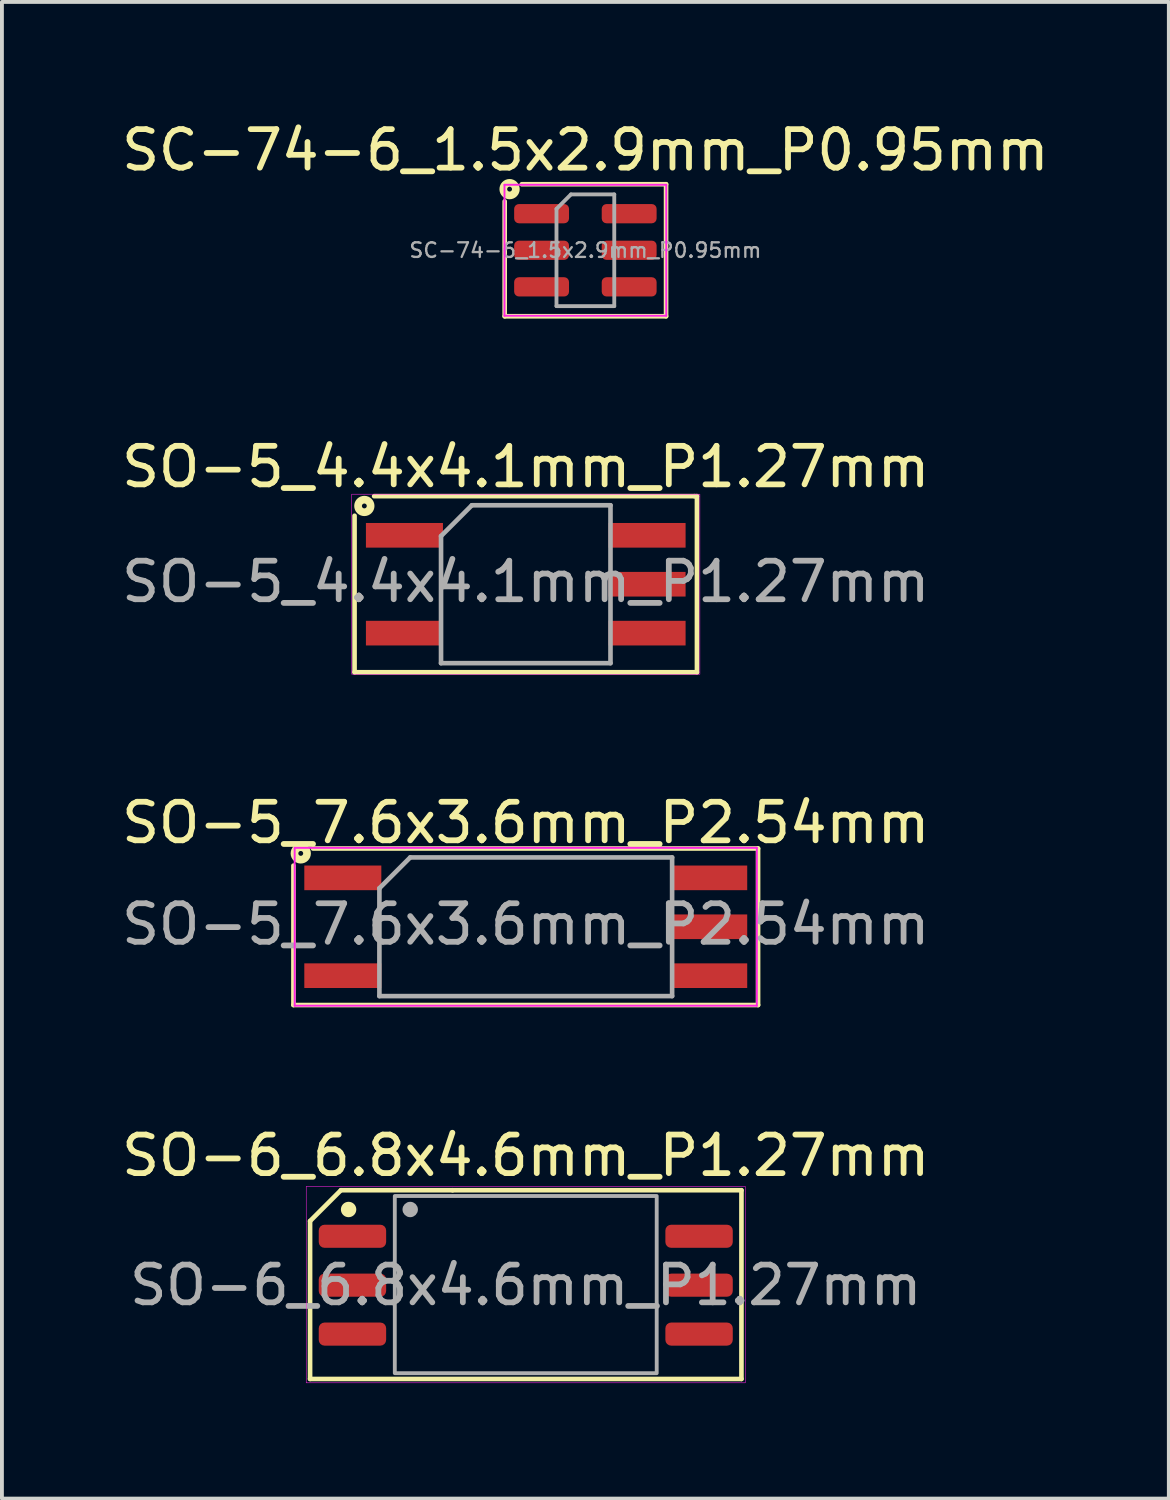
<source format=kicad_pcb>
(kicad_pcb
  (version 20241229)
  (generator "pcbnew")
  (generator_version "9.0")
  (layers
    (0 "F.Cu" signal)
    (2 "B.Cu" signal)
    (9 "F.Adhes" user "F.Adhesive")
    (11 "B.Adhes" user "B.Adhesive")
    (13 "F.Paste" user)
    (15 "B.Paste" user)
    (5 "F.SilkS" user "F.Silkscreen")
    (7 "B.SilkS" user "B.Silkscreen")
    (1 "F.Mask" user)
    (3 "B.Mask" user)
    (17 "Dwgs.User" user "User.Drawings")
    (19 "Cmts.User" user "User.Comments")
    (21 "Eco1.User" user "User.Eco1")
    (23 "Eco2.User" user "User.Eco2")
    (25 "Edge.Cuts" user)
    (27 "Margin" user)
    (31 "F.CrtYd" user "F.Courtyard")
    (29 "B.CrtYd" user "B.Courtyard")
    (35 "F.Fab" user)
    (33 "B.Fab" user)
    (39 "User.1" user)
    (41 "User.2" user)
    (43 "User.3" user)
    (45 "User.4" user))
  (footprint "SO-6_6.8x4.6mm_P1.27mm"
    (layer "F.Cu")
    (at 10.601 30.319)
    (property "Reference" "SO-6_6.8x4.6mm_P1.27mm" (at 0 -3.365 0) (layer "F.SilkS") (effects (font (size 1 1) (thickness 0.15))))
    (attr smd)
    (fp_line (start -5.6 -1.665) (end -4.8 -2.465) (stroke (width 0.12) (type solid)) (layer "F.SilkS"))
    (fp_line (start -5.6 2.435) (end -5.6 -1.665) (stroke (width 0.12) (type solid)) (layer "F.SilkS"))
    (fp_line (start -1.9 -2.465) (end -4.8 -2.465) (stroke (width 0.12) (type solid)) (layer "F.SilkS"))
    (fp_line (start -1.9 -2.465) (end 5.6 -2.465) (stroke (width 0.12) (type solid)) (layer "F.SilkS"))
    (fp_line (start 5.6 -2.465) (end 5.6 2.435) (stroke (width 0.12) (type solid)) (layer "F.SilkS"))
    (fp_line (start 5.6 2.435) (end -5.6 2.435) (stroke (width 0.12) (type solid)) (layer "F.SilkS"))
    (fp_circle (center -4.6 -1.965) (end -4.5 -1.965) (stroke (width 0.2) (type solid)) (fill yes) (layer "F.SilkS"))
    (fp_rect (start -5.7 -2.565) (end 5.7 2.535) (stroke (width 0.013) (type solid)) (fill no) (layer "F.CrtYd"))
    (fp_rect (start -3.4 -2.315) (end 3.4 2.285) (stroke (width 0.1) (type solid)) (fill no) (layer "F.Fab"))
    (fp_circle (center -3 -1.965) (end -2.9 -1.965) (stroke (width 0.2) (type solid)) (fill no) (layer "F.Fab"))
    (fp_text user "${REFERENCE}" (at 0 0 0) (layer "F.Fab") (effects (font (size 0.98 0.98) (thickness 0.15))))
    (pad "1" smd roundrect (at -4.5 -1.27) (size 1.75 0.6) (layers "F.Cu" "F.Mask" "F.Paste") (roundrect_rratio 0.25))
    (pad "2" smd roundrect (at -4.5 0) (size 1.75 0.6) (layers "F.Cu" "F.Mask" "F.Paste") (roundrect_rratio 0.25))
    (pad "3" smd roundrect (at -4.5 1.27) (size 1.75 0.6) (layers "F.Cu" "F.Mask" "F.Paste") (roundrect_rratio 0.25))
    (pad "4" smd roundrect (at 4.5 1.27) (size 1.75 0.6) (layers "F.Cu" "F.Mask" "F.Paste") (roundrect_rratio 0.25))
    (pad "5" smd roundrect (at 4.5 0) (size 1.75 0.6) (layers "F.Cu" "F.Mask" "F.Paste") (roundrect_rratio 0.25))
    (pad "6" smd roundrect (at 4.5 -1.27) (size 1.75 0.6) (layers "F.Cu" "F.Mask" "F.Paste") (roundrect_rratio 0.25)))
  (footprint "SO-5_4.4x4.1mm_P1.27mm"
    (layer "F.Cu")
    (at 10.601 12.119)
    (property "Reference" "SO-5_4.4x4.1mm_P1.27mm" (at 0 -3.048 0) (layer "F.SilkS") (effects (font (size 1 1) (thickness 0.15))))
    (attr smd)
    (fp_line (start -4.445 2.286) (end -4.445 -1.778) (stroke (width 0.12) (type solid)) (layer "F.SilkS"))
    (fp_line (start -3.937 -2.286) (end 4.381 -2.286) (stroke (width 0.12) (type solid)) (layer "F.SilkS"))
    (fp_line (start 4.381 -2.286) (end 4.445 -2.286) (stroke (width 0.12) (type solid)) (layer "F.SilkS"))
    (fp_line (start 4.445 -2.286) (end 4.445 2.286) (stroke (width 0.12) (type solid)) (layer "F.SilkS"))
    (fp_line (start 4.445 2.286) (end -4.445 2.286) (stroke (width 0.12) (type solid)) (layer "F.SilkS"))
    (fp_circle (center -4.191 -2.032) (end -4.128 -2.032) (stroke (width 0.2) (type solid)) (fill no) (layer "F.SilkS"))
    (fp_rect (start -4.521 -2.337) (end 4.521 2.337) (stroke (width 0.013) (type solid)) (fill no) (layer "F.CrtYd"))
    (fp_line (start -2.2 -1.25) (end -1.4 -2.05) (stroke (width 0.12) (type solid)) (layer "F.Fab"))
    (fp_line (start -2.2 2.05) (end -2.2 -1.25) (stroke (width 0.12) (type solid)) (layer "F.Fab"))
    (fp_line (start -1.4 -2.05) (end 2.2 -2.05) (stroke (width 0.12) (type solid)) (layer "F.Fab"))
    (fp_line (start 2.2 -2.05) (end 2.2 2.05) (stroke (width 0.12) (type solid)) (layer "F.Fab"))
    (fp_line (start 2.2 2.05) (end -2.2 2.05) (stroke (width 0.12) (type solid)) (layer "F.Fab"))
    (fp_text user "${REFERENCE}" (at 0 -0.065 0) (layer "F.Fab") (effects (font (size 1 1) (thickness 0.15))))
    (pad "1" smd rect (at -3.15 -1.27) (size 2 0.64) (layers "F.Cu" "F.Mask" "F.Paste"))
    (pad "3" smd rect (at -3.15 1.27) (size 2 0.64) (layers "F.Cu" "F.Mask" "F.Paste"))
    (pad "4" smd rect (at 3.15 1.27) (size 2 0.64) (layers "F.Cu" "F.Mask" "F.Paste"))
    (pad "5" smd rect (at 3.15 0) (size 2 0.64) (layers "F.Cu" "F.Mask" "F.Paste"))
    (pad "6" smd rect (at 3.15 -1.27) (size 2 0.64) (layers "F.Cu" "F.Mask" "F.Paste")))
  (footprint "SO-5_7.6x3.6mm_P2.54mm"
    (layer "F.Cu")
    (at 10.601 21.013)
    (property "Reference" "SO-5_7.6x3.6mm_P2.54mm" (at 0 -2.7 0) (layer "F.SilkS") (effects (font (size 1 1) (thickness 0.15))))
    (attr smd)
    (fp_line (start -6.032 -1.587) (end -6.032 2.032) (stroke (width 0.12) (type solid)) (layer "F.SilkS"))
    (fp_line (start -6.032 2.032) (end 6.032 2.032) (stroke (width 0.12) (type solid)) (layer "F.SilkS"))
    (fp_line (start 6.032 -2.032) (end -5.524 -2.032) (stroke (width 0.12) (type solid)) (layer "F.SilkS"))
    (fp_line (start 6.032 2.032) (end 6.032 -2.032) (stroke (width 0.12) (type solid)) (layer "F.SilkS"))
    (fp_circle (center -5.842 -1.905) (end -5.779 -1.905) (stroke (width 0.2) (type solid)) (fill no) (layer "F.SilkS"))
    (fp_line (start -6 -2.05) (end -6 2.05) (stroke (width 0.05) (type solid)) (layer "F.CrtYd"))
    (fp_line (start -6 -2.05) (end 6 -2.05) (stroke (width 0.05) (type solid)) (layer "F.CrtYd"))
    (fp_line (start 6 2.05) (end -6 2.05) (stroke (width 0.05) (type solid)) (layer "F.CrtYd"))
    (fp_line (start 6 2.05) (end 6 -2.05) (stroke (width 0.05) (type solid)) (layer "F.CrtYd"))
    (fp_line (start -3.8 -1) (end -3 -1.8) (stroke (width 0.12) (type solid)) (layer "F.Fab"))
    (fp_line (start -3.8 1.8) (end -3.8 -1) (stroke (width 0.12) (type solid)) (layer "F.Fab"))
    (fp_line (start -3 -1.8) (end 3.8 -1.8) (stroke (width 0.12) (type solid)) (layer "F.Fab"))
    (fp_line (start 3.8 -1.8) (end 3.8 1.8) (stroke (width 0.12) (type solid)) (layer "F.Fab"))
    (fp_line (start 3.8 1.8) (end -3.8 1.8) (stroke (width 0.12) (type solid)) (layer "F.Fab"))
    (fp_text user "${REFERENCE}" (at 0 -0.065 0) (layer "F.Fab") (effects (font (size 1 1) (thickness 0.15))))
    (pad "1" smd rect (at -4.75 -1.27) (size 2 0.64) (layers "F.Cu" "F.Mask" "F.Paste"))
    (pad "3" smd rect (at -4.75 1.27) (size 2 0.64) (layers "F.Cu" "F.Mask" "F.Paste"))
    (pad "4" smd rect (at 4.75 1.27) (size 2 0.64) (layers "F.Cu" "F.Mask" "F.Paste"))
    (pad "5" smd rect (at 4.75 0) (size 2 0.64) (layers "F.Cu" "F.Mask" "F.Paste"))
    (pad "6" smd rect (at 4.75 -1.27) (size 2 0.64) (layers "F.Cu" "F.Mask" "F.Paste")))
  (footprint "SC-74-6_1.5x2.9mm_P0.95mm"
    (layer "F.Cu")
    (at 12.149 3.448)
    (property "Reference" "SC-74-6_1.5x2.9mm_P0.95mm" (at 0 -2.6 0) (layer "F.SilkS") (effects (font (size 1 1) (thickness 0.15))))
    (attr smd)
    (fp_line (start -2.095 -1.27) (end -2.095 1.714) (stroke (width 0.12) (type solid)) (layer "F.SilkS"))
    (fp_line (start -2.095 1.714) (end 2.095 1.714) (stroke (width 0.12) (type solid)) (layer "F.SilkS"))
    (fp_line (start 2.095 -1.714) (end -1.651 -1.714) (stroke (width 0.12) (type solid)) (layer "F.SilkS"))
    (fp_line (start 2.095 1.714) (end 2.095 -1.714) (stroke (width 0.12) (type solid)) (layer "F.SilkS"))
    (fp_circle (center -1.968 -1.587) (end -1.905 -1.587) (stroke (width 0.2) (type solid)) (fill no) (layer "F.SilkS"))
    (fp_line (start -2.1 -1.7) (end -2.1 1.7) (stroke (width 0.05) (type solid)) (layer "F.CrtYd"))
    (fp_line (start -2.1 1.7) (end 2.1 1.7) (stroke (width 0.05) (type solid)) (layer "F.CrtYd"))
    (fp_line (start 2.1 -1.7) (end -2.1 -1.7) (stroke (width 0.05) (type solid)) (layer "F.CrtYd"))
    (fp_line (start 2.1 1.7) (end 2.1 -1.7) (stroke (width 0.05) (type solid)) (layer "F.CrtYd"))
    (fp_line (start -0.75 -1.075) (end -0.375 -1.45) (stroke (width 0.1) (type solid)) (layer "F.Fab"))
    (fp_line (start -0.75 1.45) (end -0.75 -1.075) (stroke (width 0.1) (type solid)) (layer "F.Fab"))
    (fp_line (start -0.375 -1.45) (end 0.75 -1.45) (stroke (width 0.1) (type solid)) (layer "F.Fab"))
    (fp_line (start 0.75 -1.45) (end 0.75 1.45) (stroke (width 0.1) (type solid)) (layer "F.Fab"))
    (fp_line (start 0.75 1.45) (end -0.75 1.45) (stroke (width 0.1) (type solid)) (layer "F.Fab"))
    (fp_text user "${REFERENCE}" (at 0 0 0) (layer "F.Fab") (effects (font (size 0.38 0.38) (thickness 0.06))))
    (pad "1" smd roundrect (at -1.137 -0.95) (size 1.425 0.5) (layers "F.Cu" "F.Mask" "F.Paste") (roundrect_rratio 0.25))
    (pad "2" smd roundrect (at -1.137 0) (size 1.425 0.5) (layers "F.Cu" "F.Mask" "F.Paste") (roundrect_rratio 0.25))
    (pad "3" smd roundrect (at -1.137 0.95) (size 1.425 0.5) (layers "F.Cu" "F.Mask" "F.Paste") (roundrect_rratio 0.25))
    (pad "4" smd roundrect (at 1.137 0.95) (size 1.425 0.5) (layers "F.Cu" "F.Mask" "F.Paste") (roundrect_rratio 0.25))
    (pad "5" smd roundrect (at 1.137 0) (size 1.425 0.5) (layers "F.Cu" "F.Mask" "F.Paste") (roundrect_rratio 0.25))
    (pad "6" smd roundrect (at 1.137 -0.95) (size 1.425 0.5) (layers "F.Cu" "F.Mask" "F.Paste") (roundrect_rratio 0.25)))
  (gr_rect
    (start -3 -3)
    (end 27.298 35.86)
    (stroke (width 0.1) (type default))
    (fill no)
    (layer "Edge.Cuts")))
</source>
